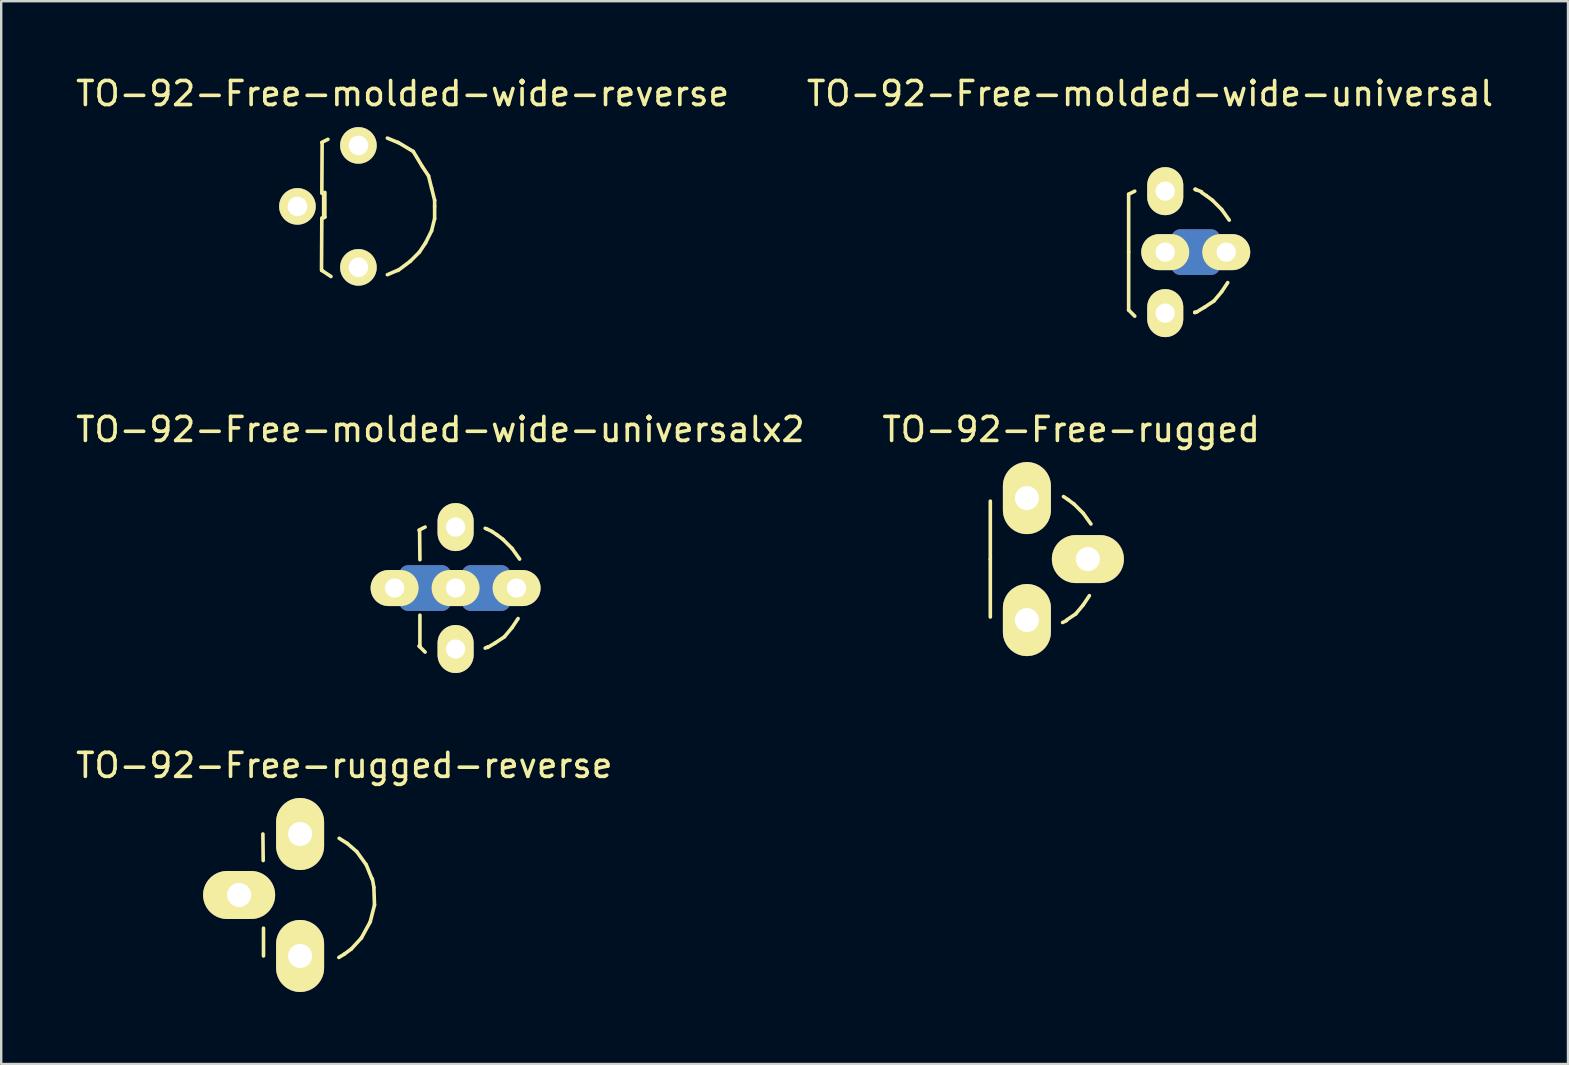
<source format=kicad_pcb>
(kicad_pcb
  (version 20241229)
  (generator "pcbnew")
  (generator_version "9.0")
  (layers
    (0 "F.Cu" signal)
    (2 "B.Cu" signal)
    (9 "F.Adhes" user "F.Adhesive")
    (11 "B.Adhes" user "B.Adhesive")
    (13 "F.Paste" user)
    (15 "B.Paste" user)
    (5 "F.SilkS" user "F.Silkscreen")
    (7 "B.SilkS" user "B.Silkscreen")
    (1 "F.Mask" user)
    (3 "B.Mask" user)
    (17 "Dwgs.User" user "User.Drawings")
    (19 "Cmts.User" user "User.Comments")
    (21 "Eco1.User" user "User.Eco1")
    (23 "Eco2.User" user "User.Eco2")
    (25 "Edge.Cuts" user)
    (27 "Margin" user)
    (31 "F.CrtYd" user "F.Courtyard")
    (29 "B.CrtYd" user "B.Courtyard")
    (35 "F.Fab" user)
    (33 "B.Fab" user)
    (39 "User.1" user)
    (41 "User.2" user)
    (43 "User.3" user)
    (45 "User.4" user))
  (footprint "TO-92-Free-rugged"
    (layer "F.Cu")
    (at 39.724 20.237)
    (property "Reference" "TO-92-Free-rugged" (at 1.841 -5.397 0) (layer "F.SilkS") (effects (font (size 1 1) (thickness 0.15))))
    (attr through_hole)
    (fp_line (start -1.524 0) (end -1.524 -2.413) (stroke (width 0.15) (type solid)) (layer "F.SilkS"))
    (fp_line (start -1.524 0) (end -1.524 2.413) (stroke (width 0.15) (type solid)) (layer "F.SilkS"))
    (fp_line (start 1.524 -2.603) (end 1.714 -2.477) (stroke (width 0.15) (type solid)) (layer "F.SilkS"))
    (fp_line (start 1.651 2.565) (end 1.486 2.642) (stroke (width 0.15) (type solid)) (layer "F.SilkS"))
    (fp_line (start 1.714 -2.477) (end 1.968 -2.286) (stroke (width 0.15) (type solid)) (layer "F.SilkS"))
    (fp_line (start 1.968 -2.286) (end 2.349 -1.905) (stroke (width 0.15) (type solid)) (layer "F.SilkS"))
    (fp_line (start 2.032 2.286) (end 1.651 2.54) (stroke (width 0.15) (type solid)) (layer "F.SilkS"))
    (fp_line (start 2.349 -1.905) (end 2.667 -1.46) (stroke (width 0.15) (type solid)) (layer "F.SilkS"))
    (fp_line (start 2.349 1.905) (end 2.032 2.286) (stroke (width 0.15) (type solid)) (layer "F.SilkS"))
    (fp_line (start 2.603 1.524) (end 2.349 1.905) (stroke (width 0.15) (type solid)) (layer "F.SilkS"))
    (pad "1" thru_hole oval (at 0 -2.54) (size 1.999 3) (drill 1.001) (layers "*.Cu" "*.Mask" "F.SilkS"))
    (pad "2" thru_hole oval (at 2.54 0) (size 3 1.999) (drill 1.001) (layers "*.Cu" "*.Mask" "F.SilkS"))
    (pad "3" thru_hole oval (at 0 2.54) (size 1.999 3) (drill 1.001) (layers "*.Cu" "*.Mask" "F.SilkS")))
  (footprint "TO-92-Free-molded-wide-universal"
    (layer "F.Cu")
    (at 45.486 7.452)
    (property "Reference" "TO-92-Free-molded-wide-universal" (at -0.635 -6.604 0) (layer "F.SilkS") (effects (font (size 1 1) (thickness 0.15))))
    (attr through_hole)
    (fp_line (start 0.635 -0.572) (end 1.905 -0.572) (stroke (width 0.762) (type solid)) (layer "F.Cu"))
    (fp_line (start 0.635 0.572) (end 1.905 0.572) (stroke (width 0.762) (type solid)) (layer "F.Cu"))
    (fp_line (start 0.889 0) (end 1.524 0) (stroke (width 0.762) (type solid)) (layer "F.Cu"))
    (fp_line (start 0.635 -0.572) (end 1.905 -0.572) (stroke (width 0.762) (type solid)) (layer "B.Cu"))
    (fp_line (start 0.635 0.572) (end 1.905 0.572) (stroke (width 0.762) (type solid)) (layer "B.Cu"))
    (fp_line (start 0.889 0) (end 1.524 0) (stroke (width 0.762) (type solid)) (layer "B.Cu"))
    (fp_line (start -1.524 -2.413) (end -1.27 -2.54) (stroke (width 0.15) (type solid)) (layer "F.SilkS"))
    (fp_line (start -1.524 0) (end -1.524 -2.413) (stroke (width 0.15) (type solid)) (layer "F.SilkS"))
    (fp_line (start -1.524 0) (end -1.524 2.413) (stroke (width 0.15) (type solid)) (layer "F.SilkS"))
    (fp_line (start -1.524 2.413) (end -1.27 2.667) (stroke (width 0.15) (type solid)) (layer "F.SilkS"))
    (fp_line (start 1.232 2.515) (end 1.232 2.502) (stroke (width 0.15) (type solid)) (layer "F.SilkS"))
    (fp_line (start 1.245 -2.616) (end 1.27 -2.603) (stroke (width 0.15) (type solid)) (layer "F.SilkS"))
    (fp_line (start 1.27 -2.603) (end 1.27 -2.616) (stroke (width 0.15) (type solid)) (layer "F.SilkS"))
    (fp_line (start 1.321 2.489) (end 1.232 2.515) (stroke (width 0.15) (type solid)) (layer "F.SilkS"))
    (fp_line (start 1.511 -2.515) (end 1.245 -2.616) (stroke (width 0.15) (type solid)) (layer "F.SilkS"))
    (fp_line (start 1.524 -2.477) (end 1.714 -2.349) (stroke (width 0.15) (type solid)) (layer "F.SilkS"))
    (fp_line (start 1.651 2.286) (end 1.333 2.477) (stroke (width 0.15) (type solid)) (layer "F.SilkS"))
    (fp_line (start 1.714 -2.349) (end 1.968 -2.159) (stroke (width 0.15) (type solid)) (layer "F.SilkS"))
    (fp_line (start 1.968 -2.159) (end 2.349 -1.778) (stroke (width 0.15) (type solid)) (layer "F.SilkS"))
    (fp_line (start 2.032 2.032) (end 1.651 2.286) (stroke (width 0.15) (type solid)) (layer "F.SilkS"))
    (fp_line (start 2.349 -1.778) (end 2.667 -1.333) (stroke (width 0.15) (type solid)) (layer "F.SilkS"))
    (fp_line (start 2.349 1.651) (end 2.032 2.032) (stroke (width 0.15) (type solid)) (layer "F.SilkS"))
    (fp_line (start 2.603 1.27) (end 2.349 1.651) (stroke (width 0.15) (type solid)) (layer "F.SilkS"))
    (pad "1" thru_hole oval (at 0 -2.54) (size 1.501 1.999) (drill 0.8) (layers "*.Cu" "*.Mask" "F.SilkS"))
    (pad "2" thru_hole oval (at 0 0 90) (size 1.501 1.999) (drill 0.8) (layers "*.Cu" "*.Mask" "F.SilkS"))
    (pad "2" thru_hole oval (at 2.54 0) (size 1.999 1.501) (drill 0.8) (layers "*.Cu" "*.Mask" "F.SilkS" "F.Paste"))
    (pad "3" thru_hole oval (at 0 2.54) (size 1.501 1.999) (drill 0.8) (layers "*.Cu" "*.Mask" "F.SilkS")))
  (footprint "TO-92-Free-rugged-reverse"
    (layer "F.Cu")
    (at 9.45 34.229)
    (property "Reference" "TO-92-Free-rugged-reverse" (at 1.841 -5.397 0) (layer "F.SilkS") (effects (font (size 1 1) (thickness 0.15))))
    (attr through_hole)
    (fp_line (start -1.549 -2.54) (end -1.537 -1.435) (stroke (width 0.15) (type solid)) (layer "F.SilkS"))
    (fp_line (start -1.524 2.54) (end -1.524 1.384) (stroke (width 0.15) (type solid)) (layer "F.SilkS"))
    (fp_line (start 1.626 -2.362) (end 1.968 -2.146) (stroke (width 0.15) (type solid)) (layer "F.SilkS"))
    (fp_line (start 1.841 2.464) (end 1.613 2.603) (stroke (width 0.15) (type solid)) (layer "F.SilkS"))
    (fp_line (start 1.968 -2.146) (end 2.362 -1.803) (stroke (width 0.15) (type solid)) (layer "F.SilkS"))
    (fp_line (start 2.134 2.248) (end 1.841 2.464) (stroke (width 0.15) (type solid)) (layer "F.SilkS"))
    (fp_line (start 2.362 -1.803) (end 2.756 -1.257) (stroke (width 0.15) (type solid)) (layer "F.SilkS"))
    (fp_line (start 2.553 1.791) (end 2.134 2.248) (stroke (width 0.15) (type solid)) (layer "F.SilkS"))
    (fp_line (start 2.756 -1.257) (end 2.997 -0.66) (stroke (width 0.15) (type solid)) (layer "F.SilkS"))
    (fp_line (start 2.921 1.118) (end 2.553 1.791) (stroke (width 0.15) (type solid)) (layer "F.SilkS"))
    (fp_line (start 3.01 -0.673) (end 3.073 -0.318) (stroke (width 0.15) (type solid)) (layer "F.SilkS"))
    (fp_line (start 3.073 -0.318) (end 3.099 0.419) (stroke (width 0.15) (type solid)) (layer "F.SilkS"))
    (fp_line (start 3.099 0.419) (end 2.921 1.118) (stroke (width 0.15) (type solid)) (layer "F.SilkS"))
    (pad "1" thru_hole oval (at 0 -2.54) (size 1.999 3) (drill 1.001) (layers "*.Cu" "*.Mask" "F.SilkS"))
    (pad "2" thru_hole oval (at -2.54 0) (size 3 1.999) (drill 1.001) (layers "*.Cu" "*.Mask" "F.SilkS"))
    (pad "3" thru_hole oval (at 0 2.54) (size 1.999 3) (drill 1.001) (layers "*.Cu" "*.Mask" "F.SilkS")))
  (footprint "TO-92-Free-molded-wide-reverse"
    (layer "F.Cu")
    (at 11.879 5.547)
    (property "Reference" "TO-92-Free-molded-wide-reverse" (at 1.841 -4.699 0) (layer "F.SilkS") (effects (font (size 1 1) (thickness 0.15))))
    (attr through_hole)
    (fp_line (start -1.537 2.654) (end -1.524 0.483) (stroke (width 0.15) (type solid)) (layer "F.SilkS"))
    (fp_line (start -1.524 -2.667) (end -1.27 -2.794) (stroke (width 0.15) (type solid)) (layer "F.SilkS"))
    (fp_line (start -1.524 2.667) (end -1.499 2.68) (stroke (width 0.15) (type solid)) (layer "F.SilkS"))
    (fp_line (start -1.524 2.667) (end -1.143 2.921) (stroke (width 0.15) (type solid)) (layer "F.SilkS"))
    (fp_line (start -1.511 -2.654) (end -1.524 -0.546) (stroke (width 0.15) (type solid)) (layer "F.SilkS"))
    (fp_line (start -1.448 -0.546) (end -1.448 0.47) (stroke (width 0.15) (type solid)) (layer "F.SilkS"))
    (fp_line (start -1.448 0.47) (end -1.448 0.457) (stroke (width 0.15) (type solid)) (layer "F.SilkS"))
    (fp_line (start -1.397 -0.584) (end -1.397 0.445) (stroke (width 0.15) (type solid)) (layer "F.SilkS"))
    (fp_line (start -1.397 0.445) (end -1.397 0.432) (stroke (width 0.15) (type solid)) (layer "F.SilkS"))
    (fp_line (start 1.651 -2.667) (end 2.286 -2.286) (stroke (width 0.15) (type solid)) (layer "F.SilkS"))
    (fp_line (start 1.651 2.654) (end 1.206 2.845) (stroke (width 0.15) (type solid)) (layer "F.SilkS"))
    (fp_line (start 1.664 -2.654) (end 1.206 -2.845) (stroke (width 0.15) (type solid)) (layer "F.SilkS"))
    (fp_line (start 2.159 2.286) (end 1.651 2.667) (stroke (width 0.15) (type solid)) (layer "F.SilkS"))
    (fp_line (start 2.286 -2.286) (end 2.667 -1.651) (stroke (width 0.15) (type solid)) (layer "F.SilkS"))
    (fp_line (start 2.54 1.905) (end 2.159 2.286) (stroke (width 0.15) (type solid)) (layer "F.SilkS"))
    (fp_line (start 2.667 -1.651) (end 2.921 -1.27) (stroke (width 0.15) (type solid)) (layer "F.SilkS"))
    (fp_line (start 2.794 1.524) (end 2.54 1.905) (stroke (width 0.15) (type solid)) (layer "F.SilkS"))
    (fp_line (start 2.921 -1.27) (end 3.048 -0.762) (stroke (width 0.15) (type solid)) (layer "F.SilkS"))
    (fp_line (start 3.048 -0.762) (end 3.175 -0.254) (stroke (width 0.15) (type solid)) (layer "F.SilkS"))
    (fp_line (start 3.048 1.016) (end 2.794 1.524) (stroke (width 0.15) (type solid)) (layer "F.SilkS"))
    (fp_line (start 3.175 -0.254) (end 3.175 0) (stroke (width 0.15) (type solid)) (layer "F.SilkS"))
    (fp_line (start 3.175 0) (end 3.175 0.508) (stroke (width 0.15) (type solid)) (layer "F.SilkS"))
    (fp_line (start 3.175 0.508) (end 3.048 1.016) (stroke (width 0.15) (type solid)) (layer "F.SilkS"))
    (pad "1" thru_hole circle (at 0 -2.54) (size 1.524 1.524) (drill 0.813) (layers "*.Cu" "*.Mask" "F.SilkS"))
    (pad "2" thru_hole circle (at -2.54 0) (size 1.524 1.524) (drill 0.813) (layers "*.Cu" "*.Mask" "F.SilkS"))
    (pad "3" thru_hole circle (at 0 2.54) (size 1.524 1.524) (drill 0.813) (layers "*.Cu" "*.Mask" "F.SilkS")))
  (footprint "TO-92-Free-molded-wide-universalx2"
    (layer "F.Cu")
    (at 15.927 21.444)
    (property "Reference" "TO-92-Free-molded-wide-universalx2" (at -0.635 -6.604 0) (layer "F.SilkS") (effects (font (size 1 1) (thickness 0.15))))
    (attr through_hole)
    (fp_line (start -1.968 -0.572) (end -0.572 -0.572) (stroke (width 0.762) (type solid)) (layer "F.Cu"))
    (fp_line (start -1.968 0.572) (end -0.572 0.572) (stroke (width 0.762) (type solid)) (layer "F.Cu"))
    (fp_line (start -1.778 0) (end -0.826 0) (stroke (width 0.762) (type solid)) (layer "F.Cu"))
    (fp_line (start 0.635 -0.572) (end 1.905 -0.572) (stroke (width 0.762) (type solid)) (layer "F.Cu"))
    (fp_line (start 0.635 0.572) (end 1.905 0.572) (stroke (width 0.762) (type solid)) (layer "F.Cu"))
    (fp_line (start 0.889 0) (end 1.524 0) (stroke (width 0.762) (type solid)) (layer "F.Cu"))
    (fp_line (start -1.968 -0.572) (end -0.572 -0.572) (stroke (width 0.762) (type solid)) (layer "B.Cu"))
    (fp_line (start -1.968 0.572) (end -0.572 0.572) (stroke (width 0.762) (type solid)) (layer "B.Cu"))
    (fp_line (start -1.778 0) (end -0.826 0) (stroke (width 0.762) (type solid)) (layer "B.Cu"))
    (fp_line (start 0.635 -0.572) (end 1.905 -0.572) (stroke (width 0.762) (type solid)) (layer "B.Cu"))
    (fp_line (start 0.635 0.572) (end 1.905 0.572) (stroke (width 0.762) (type solid)) (layer "B.Cu"))
    (fp_line (start 0.889 0) (end 1.524 0) (stroke (width 0.762) (type solid)) (layer "B.Cu"))
    (fp_line (start -1.524 -2.413) (end -1.27 -2.54) (stroke (width 0.15) (type solid)) (layer "F.SilkS"))
    (fp_line (start -1.524 2.413) (end -1.27 2.667) (stroke (width 0.15) (type solid)) (layer "F.SilkS"))
    (fp_line (start -1.499 -2.4) (end -1.486 -1.181) (stroke (width 0.15) (type solid)) (layer "F.SilkS"))
    (fp_line (start -1.486 1.13) (end -1.486 2.426) (stroke (width 0.15) (type solid)) (layer "F.SilkS"))
    (fp_line (start -1.486 2.426) (end -1.499 2.438) (stroke (width 0.15) (type solid)) (layer "F.SilkS"))
    (fp_line (start 1.321 -2.451) (end 1.232 -2.489) (stroke (width 0.15) (type solid)) (layer "F.SilkS"))
    (fp_line (start 1.333 2.451) (end 1.232 2.502) (stroke (width 0.15) (type solid)) (layer "F.SilkS"))
    (fp_line (start 1.511 -2.362) (end 1.321 -2.451) (stroke (width 0.15) (type solid)) (layer "F.SilkS"))
    (fp_line (start 1.524 -2.349) (end 1.714 -2.223) (stroke (width 0.15) (type solid)) (layer "F.SilkS"))
    (fp_line (start 1.651 2.286) (end 1.333 2.477) (stroke (width 0.15) (type solid)) (layer "F.SilkS"))
    (fp_line (start 1.714 -2.223) (end 1.968 -2.032) (stroke (width 0.15) (type solid)) (layer "F.SilkS"))
    (fp_line (start 1.968 -2.032) (end 2.349 -1.651) (stroke (width 0.15) (type solid)) (layer "F.SilkS"))
    (fp_line (start 2.032 2.032) (end 1.651 2.286) (stroke (width 0.15) (type solid)) (layer "F.SilkS"))
    (fp_line (start 2.349 -1.651) (end 2.667 -1.206) (stroke (width 0.15) (type solid)) (layer "F.SilkS"))
    (fp_line (start 2.349 1.651) (end 2.032 2.032) (stroke (width 0.15) (type solid)) (layer "F.SilkS"))
    (fp_line (start 2.603 1.27) (end 2.349 1.651) (stroke (width 0.15) (type solid)) (layer "F.SilkS"))
    (pad "1" thru_hole oval (at 0 -2.54) (size 1.501 1.999) (drill 0.8) (layers "*.Cu" "*.Mask" "F.SilkS"))
    (pad "2" thru_hole oval (at -2.54 0) (size 1.999 1.501) (drill 0.8) (layers "*.Cu" "*.Mask" "F.SilkS"))
    (pad "2" thru_hole oval (at 0 0 90) (size 1.501 1.999) (drill 0.8) (layers "*.Cu" "*.Mask" "F.SilkS"))
    (pad "2" thru_hole oval (at 2.54 0) (size 1.999 1.501) (drill 0.8) (layers "*.Cu" "*.Mask" "F.SilkS"))
    (pad "3" thru_hole oval (at 0 2.54) (size 1.501 1.999) (drill 0.8) (layers "*.Cu" "*.Mask" "F.SilkS")))
  (gr_rect
    (start -3 -3)
    (end 62.262 41.269)
    (stroke (width 0.1) (type default))
    (fill no)
    (layer "Edge.Cuts")))
</source>
